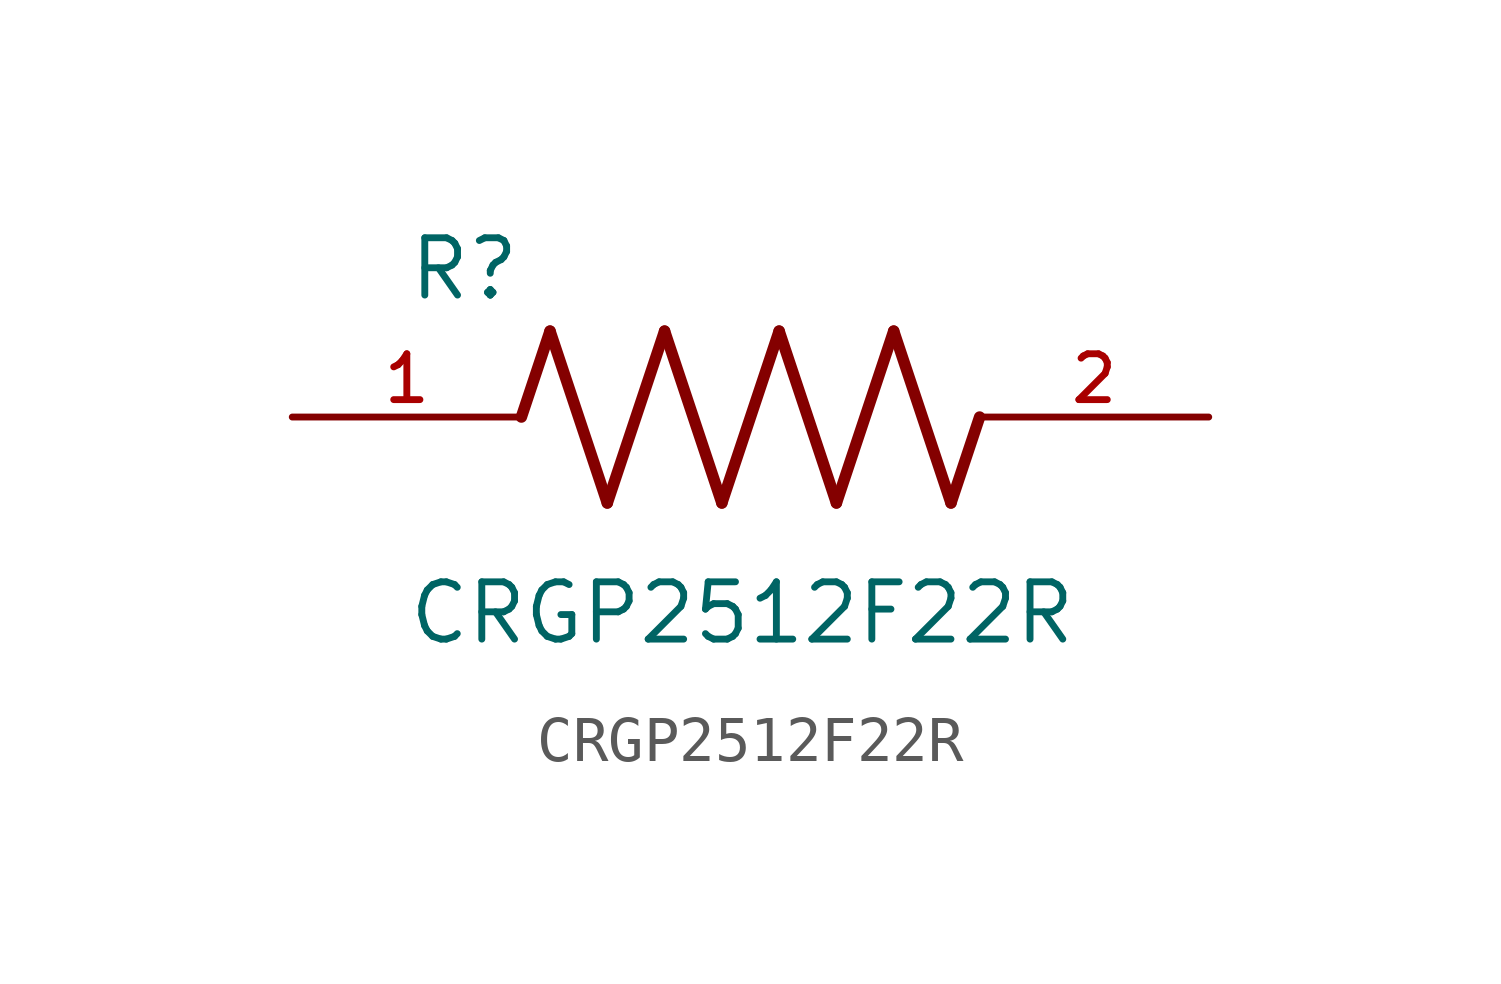
<source format=kicad_sym>
(kicad_symbol_lib
  (version 20211014)
  (generator kicad_symbol_editor)
  (symbol "CRGP2512F22R"
    (pin_names
      (offset 1.016))
    (property "Reference" "R"
      (at -7.624 2.541 0)
      (effects (font (size 1.27 1.27)) (justify bottom left)))
    (property "Value" "CRGP2512F22R"
      (at -7.63 -5.087 0)
      (effects (font (size 1.27 1.27)) (justify bottom left)))
    (symbol "CRGP2512F22R_0_0"
      (polyline (pts (xy -5.08 0.0) (xy -4.445 1.905)) (stroke (width 0.254)))
      (polyline (pts (xy -4.445 1.905) (xy -3.175 -1.905)) (stroke (width 0.254)))
      (polyline (pts (xy -3.175 -1.905) (xy -1.905 1.905)) (stroke (width 0.254)))
      (polyline (pts (xy -1.905 1.905) (xy -0.635 -1.905)) (stroke (width 0.254)))
      (polyline (pts (xy -0.635 -1.905) (xy 0.635 1.905)) (stroke (width 0.254)))
      (polyline (pts (xy 0.635 1.905) (xy 1.905 -1.905)) (stroke (width 0.254)))
      (polyline (pts (xy 1.905 -1.905) (xy 3.175 1.905)) (stroke (width 0.254)))
      (polyline (pts (xy 3.175 1.905) (xy 4.445 -1.905)) (stroke (width 0.254)))
      (polyline (pts (xy 4.445 -1.905) (xy 5.08 0.0)) (stroke (width 0.254)))
      (pin passive line (at -10.16 0.0 0) (length 5.08) (name "~" (effects (font (size 1.016 1.016)))) (number "1" (effects (font (size 1.016 1.016)))))
      (pin passive line (at 10.16 0.0 180.0) (length 5.08) (name "~" (effects (font (size 1.016 1.016)))) (number "2" (effects (font (size 1.016 1.016))))))))
</source>
